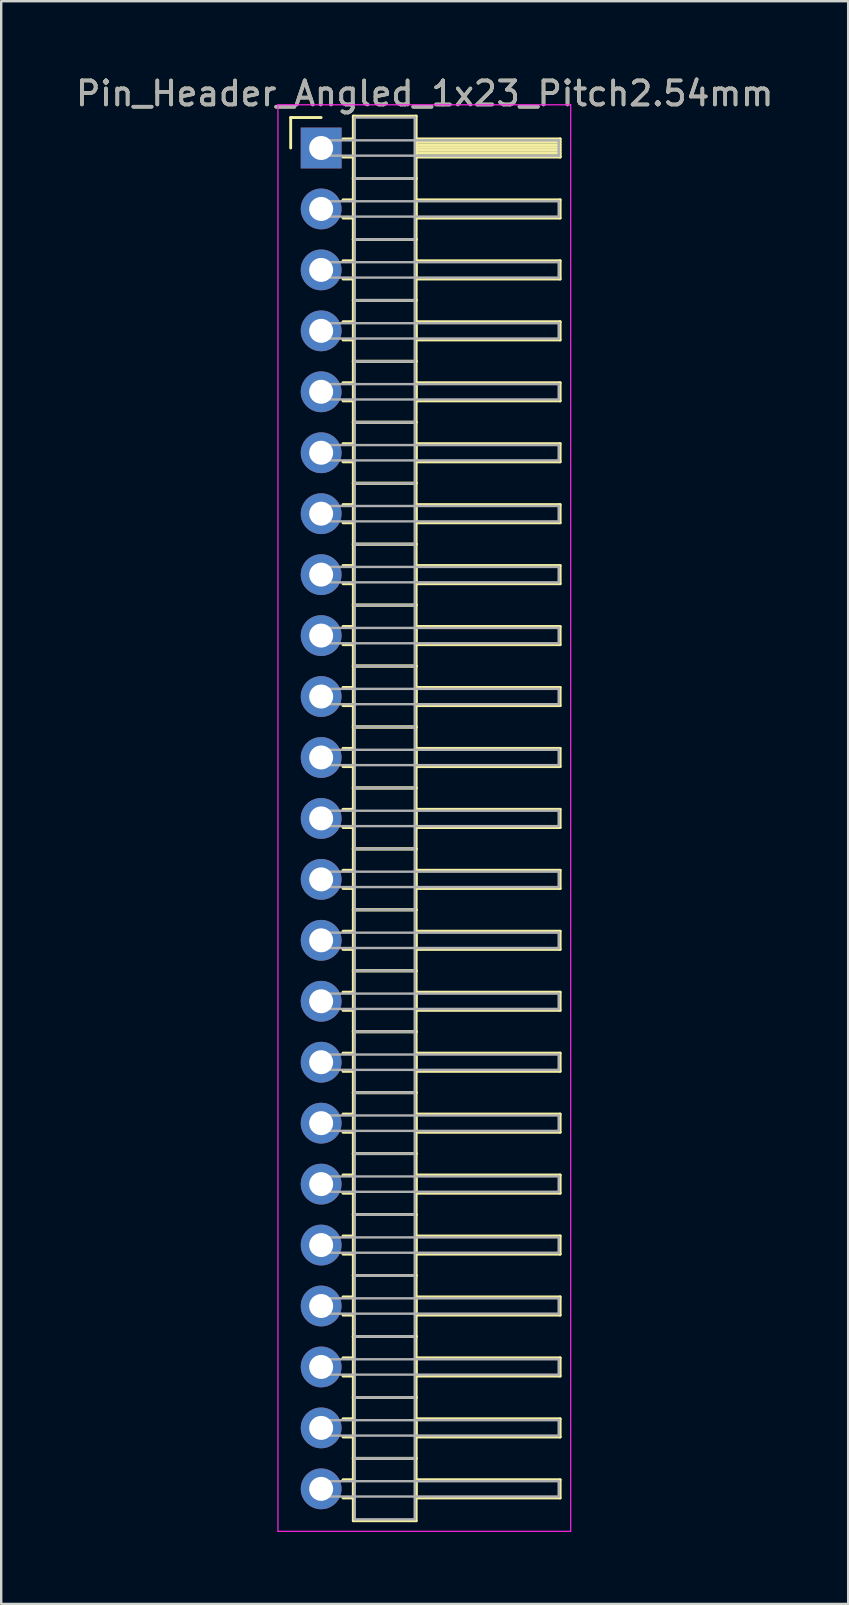
<source format=kicad_pcb>
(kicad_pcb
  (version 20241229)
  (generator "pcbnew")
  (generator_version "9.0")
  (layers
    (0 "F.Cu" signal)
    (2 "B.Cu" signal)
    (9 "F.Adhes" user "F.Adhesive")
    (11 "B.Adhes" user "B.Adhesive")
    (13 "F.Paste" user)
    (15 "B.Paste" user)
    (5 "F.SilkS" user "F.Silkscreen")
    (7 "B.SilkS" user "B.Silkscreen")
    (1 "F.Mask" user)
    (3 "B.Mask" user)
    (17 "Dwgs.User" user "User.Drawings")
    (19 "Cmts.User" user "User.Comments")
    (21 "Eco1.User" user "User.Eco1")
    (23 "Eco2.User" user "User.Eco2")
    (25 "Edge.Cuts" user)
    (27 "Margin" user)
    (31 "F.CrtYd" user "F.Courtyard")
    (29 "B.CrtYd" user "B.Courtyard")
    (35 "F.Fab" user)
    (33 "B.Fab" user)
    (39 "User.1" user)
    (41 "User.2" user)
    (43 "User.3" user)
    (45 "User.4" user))
  (footprint "Pin_Header_Angled_1x23_Pitch2.54mm"
    (layer "F.Cu")
    (at 10.334 3.118)
    (property "Reference" "Pin_Header_Angled_1x23_Pitch2.54mm" (at 4.315 -2.27 0) (layer "F.SilkS") (effects (font (size 1 1) (thickness 0.15))))
    (attr through_hole)
    (fp_line (start -1.27 -1.27) (end 0 -1.27) (stroke (width 0.12) (type solid)) (layer "F.SilkS"))
    (fp_line (start -1.27 0) (end -1.27 -1.27) (stroke (width 0.12) (type solid)) (layer "F.SilkS"))
    (fp_line (start 0.91 -0.38) (end 1.34 -0.38) (stroke (width 0.12) (type solid)) (layer "F.SilkS"))
    (fp_line (start 0.91 0.38) (end 1.34 0.38) (stroke (width 0.12) (type solid)) (layer "F.SilkS"))
    (fp_line (start 0.91 2.16) (end 1.34 2.16) (stroke (width 0.12) (type solid)) (layer "F.SilkS"))
    (fp_line (start 0.91 2.92) (end 1.34 2.92) (stroke (width 0.12) (type solid)) (layer "F.SilkS"))
    (fp_line (start 0.91 4.7) (end 1.34 4.7) (stroke (width 0.12) (type solid)) (layer "F.SilkS"))
    (fp_line (start 0.91 5.46) (end 1.34 5.46) (stroke (width 0.12) (type solid)) (layer "F.SilkS"))
    (fp_line (start 0.91 7.24) (end 1.34 7.24) (stroke (width 0.12) (type solid)) (layer "F.SilkS"))
    (fp_line (start 0.91 8) (end 1.34 8) (stroke (width 0.12) (type solid)) (layer "F.SilkS"))
    (fp_line (start 0.91 9.78) (end 1.34 9.78) (stroke (width 0.12) (type solid)) (layer "F.SilkS"))
    (fp_line (start 0.91 10.54) (end 1.34 10.54) (stroke (width 0.12) (type solid)) (layer "F.SilkS"))
    (fp_line (start 0.91 12.32) (end 1.34 12.32) (stroke (width 0.12) (type solid)) (layer "F.SilkS"))
    (fp_line (start 0.91 13.08) (end 1.34 13.08) (stroke (width 0.12) (type solid)) (layer "F.SilkS"))
    (fp_line (start 0.91 14.86) (end 1.34 14.86) (stroke (width 0.12) (type solid)) (layer "F.SilkS"))
    (fp_line (start 0.91 15.62) (end 1.34 15.62) (stroke (width 0.12) (type solid)) (layer "F.SilkS"))
    (fp_line (start 0.91 17.4) (end 1.34 17.4) (stroke (width 0.12) (type solid)) (layer "F.SilkS"))
    (fp_line (start 0.91 18.16) (end 1.34 18.16) (stroke (width 0.12) (type solid)) (layer "F.SilkS"))
    (fp_line (start 0.91 19.94) (end 1.34 19.94) (stroke (width 0.12) (type solid)) (layer "F.SilkS"))
    (fp_line (start 0.91 20.7) (end 1.34 20.7) (stroke (width 0.12) (type solid)) (layer "F.SilkS"))
    (fp_line (start 0.91 22.48) (end 1.34 22.48) (stroke (width 0.12) (type solid)) (layer "F.SilkS"))
    (fp_line (start 0.91 23.24) (end 1.34 23.24) (stroke (width 0.12) (type solid)) (layer "F.SilkS"))
    (fp_line (start 0.91 25.02) (end 1.34 25.02) (stroke (width 0.12) (type solid)) (layer "F.SilkS"))
    (fp_line (start 0.91 25.78) (end 1.34 25.78) (stroke (width 0.12) (type solid)) (layer "F.SilkS"))
    (fp_line (start 0.91 27.56) (end 1.34 27.56) (stroke (width 0.12) (type solid)) (layer "F.SilkS"))
    (fp_line (start 0.91 28.32) (end 1.34 28.32) (stroke (width 0.12) (type solid)) (layer "F.SilkS"))
    (fp_line (start 0.91 30.1) (end 1.34 30.1) (stroke (width 0.12) (type solid)) (layer "F.SilkS"))
    (fp_line (start 0.91 30.86) (end 1.34 30.86) (stroke (width 0.12) (type solid)) (layer "F.SilkS"))
    (fp_line (start 0.91 32.64) (end 1.34 32.64) (stroke (width 0.12) (type solid)) (layer "F.SilkS"))
    (fp_line (start 0.91 33.4) (end 1.34 33.4) (stroke (width 0.12) (type solid)) (layer "F.SilkS"))
    (fp_line (start 0.91 35.18) (end 1.34 35.18) (stroke (width 0.12) (type solid)) (layer "F.SilkS"))
    (fp_line (start 0.91 35.94) (end 1.34 35.94) (stroke (width 0.12) (type solid)) (layer "F.SilkS"))
    (fp_line (start 0.91 37.72) (end 1.34 37.72) (stroke (width 0.12) (type solid)) (layer "F.SilkS"))
    (fp_line (start 0.91 38.48) (end 1.34 38.48) (stroke (width 0.12) (type solid)) (layer "F.SilkS"))
    (fp_line (start 0.91 40.26) (end 1.34 40.26) (stroke (width 0.12) (type solid)) (layer "F.SilkS"))
    (fp_line (start 0.91 41.02) (end 1.34 41.02) (stroke (width 0.12) (type solid)) (layer "F.SilkS"))
    (fp_line (start 0.91 42.8) (end 1.34 42.8) (stroke (width 0.12) (type solid)) (layer "F.SilkS"))
    (fp_line (start 0.91 43.56) (end 1.34 43.56) (stroke (width 0.12) (type solid)) (layer "F.SilkS"))
    (fp_line (start 0.91 45.34) (end 1.34 45.34) (stroke (width 0.12) (type solid)) (layer "F.SilkS"))
    (fp_line (start 0.91 46.1) (end 1.34 46.1) (stroke (width 0.12) (type solid)) (layer "F.SilkS"))
    (fp_line (start 0.91 47.88) (end 1.34 47.88) (stroke (width 0.12) (type solid)) (layer "F.SilkS"))
    (fp_line (start 0.91 48.64) (end 1.34 48.64) (stroke (width 0.12) (type solid)) (layer "F.SilkS"))
    (fp_line (start 0.91 50.42) (end 1.34 50.42) (stroke (width 0.12) (type solid)) (layer "F.SilkS"))
    (fp_line (start 0.91 51.18) (end 1.34 51.18) (stroke (width 0.12) (type solid)) (layer "F.SilkS"))
    (fp_line (start 0.91 52.96) (end 1.34 52.96) (stroke (width 0.12) (type solid)) (layer "F.SilkS"))
    (fp_line (start 0.91 53.72) (end 1.34 53.72) (stroke (width 0.12) (type solid)) (layer "F.SilkS"))
    (fp_line (start 0.91 55.5) (end 1.34 55.5) (stroke (width 0.12) (type solid)) (layer "F.SilkS"))
    (fp_line (start 0.91 56.26) (end 1.34 56.26) (stroke (width 0.12) (type solid)) (layer "F.SilkS"))
    (fp_line (start 1.34 -1.33) (end 1.34 1.27) (stroke (width 0.12) (type solid)) (layer "F.SilkS"))
    (fp_line (start 1.34 1.27) (end 1.34 3.81) (stroke (width 0.12) (type solid)) (layer "F.SilkS"))
    (fp_line (start 1.34 1.27) (end 3.96 1.27) (stroke (width 0.12) (type solid)) (layer "F.SilkS"))
    (fp_line (start 1.34 3.81) (end 1.34 6.35) (stroke (width 0.12) (type solid)) (layer "F.SilkS"))
    (fp_line (start 1.34 3.81) (end 3.96 3.81) (stroke (width 0.12) (type solid)) (layer "F.SilkS"))
    (fp_line (start 1.34 6.35) (end 1.34 8.89) (stroke (width 0.12) (type solid)) (layer "F.SilkS"))
    (fp_line (start 1.34 6.35) (end 3.96 6.35) (stroke (width 0.12) (type solid)) (layer "F.SilkS"))
    (fp_line (start 1.34 8.89) (end 1.34 11.43) (stroke (width 0.12) (type solid)) (layer "F.SilkS"))
    (fp_line (start 1.34 8.89) (end 3.96 8.89) (stroke (width 0.12) (type solid)) (layer "F.SilkS"))
    (fp_line (start 1.34 11.43) (end 1.34 13.97) (stroke (width 0.12) (type solid)) (layer "F.SilkS"))
    (fp_line (start 1.34 11.43) (end 3.96 11.43) (stroke (width 0.12) (type solid)) (layer "F.SilkS"))
    (fp_line (start 1.34 13.97) (end 1.34 16.51) (stroke (width 0.12) (type solid)) (layer "F.SilkS"))
    (fp_line (start 1.34 13.97) (end 3.96 13.97) (stroke (width 0.12) (type solid)) (layer "F.SilkS"))
    (fp_line (start 1.34 16.51) (end 1.34 19.05) (stroke (width 0.12) (type solid)) (layer "F.SilkS"))
    (fp_line (start 1.34 16.51) (end 3.96 16.51) (stroke (width 0.12) (type solid)) (layer "F.SilkS"))
    (fp_line (start 1.34 19.05) (end 1.34 21.59) (stroke (width 0.12) (type solid)) (layer "F.SilkS"))
    (fp_line (start 1.34 19.05) (end 3.96 19.05) (stroke (width 0.12) (type solid)) (layer "F.SilkS"))
    (fp_line (start 1.34 21.59) (end 1.34 24.13) (stroke (width 0.12) (type solid)) (layer "F.SilkS"))
    (fp_line (start 1.34 21.59) (end 3.96 21.59) (stroke (width 0.12) (type solid)) (layer "F.SilkS"))
    (fp_line (start 1.34 24.13) (end 1.34 26.67) (stroke (width 0.12) (type solid)) (layer "F.SilkS"))
    (fp_line (start 1.34 24.13) (end 3.96 24.13) (stroke (width 0.12) (type solid)) (layer "F.SilkS"))
    (fp_line (start 1.34 26.67) (end 1.34 29.21) (stroke (width 0.12) (type solid)) (layer "F.SilkS"))
    (fp_line (start 1.34 26.67) (end 3.96 26.67) (stroke (width 0.12) (type solid)) (layer "F.SilkS"))
    (fp_line (start 1.34 29.21) (end 1.34 31.75) (stroke (width 0.12) (type solid)) (layer "F.SilkS"))
    (fp_line (start 1.34 29.21) (end 3.96 29.21) (stroke (width 0.12) (type solid)) (layer "F.SilkS"))
    (fp_line (start 1.34 31.75) (end 1.34 34.29) (stroke (width 0.12) (type solid)) (layer "F.SilkS"))
    (fp_line (start 1.34 31.75) (end 3.96 31.75) (stroke (width 0.12) (type solid)) (layer "F.SilkS"))
    (fp_line (start 1.34 34.29) (end 1.34 36.83) (stroke (width 0.12) (type solid)) (layer "F.SilkS"))
    (fp_line (start 1.34 34.29) (end 3.96 34.29) (stroke (width 0.12) (type solid)) (layer "F.SilkS"))
    (fp_line (start 1.34 36.83) (end 1.34 39.37) (stroke (width 0.12) (type solid)) (layer "F.SilkS"))
    (fp_line (start 1.34 36.83) (end 3.96 36.83) (stroke (width 0.12) (type solid)) (layer "F.SilkS"))
    (fp_line (start 1.34 39.37) (end 1.34 41.91) (stroke (width 0.12) (type solid)) (layer "F.SilkS"))
    (fp_line (start 1.34 39.37) (end 3.96 39.37) (stroke (width 0.12) (type solid)) (layer "F.SilkS"))
    (fp_line (start 1.34 41.91) (end 1.34 44.45) (stroke (width 0.12) (type solid)) (layer "F.SilkS"))
    (fp_line (start 1.34 41.91) (end 3.96 41.91) (stroke (width 0.12) (type solid)) (layer "F.SilkS"))
    (fp_line (start 1.34 44.45) (end 1.34 46.99) (stroke (width 0.12) (type solid)) (layer "F.SilkS"))
    (fp_line (start 1.34 44.45) (end 3.96 44.45) (stroke (width 0.12) (type solid)) (layer "F.SilkS"))
    (fp_line (start 1.34 46.99) (end 1.34 49.53) (stroke (width 0.12) (type solid)) (layer "F.SilkS"))
    (fp_line (start 1.34 46.99) (end 3.96 46.99) (stroke (width 0.12) (type solid)) (layer "F.SilkS"))
    (fp_line (start 1.34 49.53) (end 1.34 52.07) (stroke (width 0.12) (type solid)) (layer "F.SilkS"))
    (fp_line (start 1.34 49.53) (end 3.96 49.53) (stroke (width 0.12) (type solid)) (layer "F.SilkS"))
    (fp_line (start 1.34 52.07) (end 1.34 54.61) (stroke (width 0.12) (type solid)) (layer "F.SilkS"))
    (fp_line (start 1.34 52.07) (end 3.96 52.07) (stroke (width 0.12) (type solid)) (layer "F.SilkS"))
    (fp_line (start 1.34 54.61) (end 1.34 57.21) (stroke (width 0.12) (type solid)) (layer "F.SilkS"))
    (fp_line (start 1.34 54.61) (end 3.96 54.61) (stroke (width 0.12) (type solid)) (layer "F.SilkS"))
    (fp_line (start 1.34 57.21) (end 3.96 57.21) (stroke (width 0.12) (type solid)) (layer "F.SilkS"))
    (fp_line (start 3.96 -1.33) (end 1.34 -1.33) (stroke (width 0.12) (type solid)) (layer "F.SilkS"))
    (fp_line (start 3.96 -0.38) (end 3.96 0.38) (stroke (width 0.12) (type solid)) (layer "F.SilkS"))
    (fp_line (start 3.96 -0.26) (end 9.96 -0.26) (stroke (width 0.12) (type solid)) (layer "F.SilkS"))
    (fp_line (start 3.96 -0.14) (end 9.96 -0.14) (stroke (width 0.12) (type solid)) (layer "F.SilkS"))
    (fp_line (start 3.96 -0.02) (end 9.96 -0.02) (stroke (width 0.12) (type solid)) (layer "F.SilkS"))
    (fp_line (start 3.96 0.1) (end 9.96 0.1) (stroke (width 0.12) (type solid)) (layer "F.SilkS"))
    (fp_line (start 3.96 0.22) (end 9.96 0.22) (stroke (width 0.12) (type solid)) (layer "F.SilkS"))
    (fp_line (start 3.96 0.34) (end 9.96 0.34) (stroke (width 0.12) (type solid)) (layer "F.SilkS"))
    (fp_line (start 3.96 0.38) (end 9.96 0.38) (stroke (width 0.12) (type solid)) (layer "F.SilkS"))
    (fp_line (start 3.96 1.27) (end 1.34 1.27) (stroke (width 0.12) (type solid)) (layer "F.SilkS"))
    (fp_line (start 3.96 1.27) (end 3.96 -1.33) (stroke (width 0.12) (type solid)) (layer "F.SilkS"))
    (fp_line (start 3.96 2.16) (end 3.96 2.92) (stroke (width 0.12) (type solid)) (layer "F.SilkS"))
    (fp_line (start 3.96 2.92) (end 9.96 2.92) (stroke (width 0.12) (type solid)) (layer "F.SilkS"))
    (fp_line (start 3.96 3.81) (end 1.34 3.81) (stroke (width 0.12) (type solid)) (layer "F.SilkS"))
    (fp_line (start 3.96 3.81) (end 3.96 1.27) (stroke (width 0.12) (type solid)) (layer "F.SilkS"))
    (fp_line (start 3.96 4.7) (end 3.96 5.46) (stroke (width 0.12) (type solid)) (layer "F.SilkS"))
    (fp_line (start 3.96 5.46) (end 9.96 5.46) (stroke (width 0.12) (type solid)) (layer "F.SilkS"))
    (fp_line (start 3.96 6.35) (end 1.34 6.35) (stroke (width 0.12) (type solid)) (layer "F.SilkS"))
    (fp_line (start 3.96 6.35) (end 3.96 3.81) (stroke (width 0.12) (type solid)) (layer "F.SilkS"))
    (fp_line (start 3.96 7.24) (end 3.96 8) (stroke (width 0.12) (type solid)) (layer "F.SilkS"))
    (fp_line (start 3.96 8) (end 9.96 8) (stroke (width 0.12) (type solid)) (layer "F.SilkS"))
    (fp_line (start 3.96 8.89) (end 1.34 8.89) (stroke (width 0.12) (type solid)) (layer "F.SilkS"))
    (fp_line (start 3.96 8.89) (end 3.96 6.35) (stroke (width 0.12) (type solid)) (layer "F.SilkS"))
    (fp_line (start 3.96 9.78) (end 3.96 10.54) (stroke (width 0.12) (type solid)) (layer "F.SilkS"))
    (fp_line (start 3.96 10.54) (end 9.96 10.54) (stroke (width 0.12) (type solid)) (layer "F.SilkS"))
    (fp_line (start 3.96 11.43) (end 1.34 11.43) (stroke (width 0.12) (type solid)) (layer "F.SilkS"))
    (fp_line (start 3.96 11.43) (end 3.96 8.89) (stroke (width 0.12) (type solid)) (layer "F.SilkS"))
    (fp_line (start 3.96 12.32) (end 3.96 13.08) (stroke (width 0.12) (type solid)) (layer "F.SilkS"))
    (fp_line (start 3.96 13.08) (end 9.96 13.08) (stroke (width 0.12) (type solid)) (layer "F.SilkS"))
    (fp_line (start 3.96 13.97) (end 1.34 13.97) (stroke (width 0.12) (type solid)) (layer "F.SilkS"))
    (fp_line (start 3.96 13.97) (end 3.96 11.43) (stroke (width 0.12) (type solid)) (layer "F.SilkS"))
    (fp_line (start 3.96 14.86) (end 3.96 15.62) (stroke (width 0.12) (type solid)) (layer "F.SilkS"))
    (fp_line (start 3.96 15.62) (end 9.96 15.62) (stroke (width 0.12) (type solid)) (layer "F.SilkS"))
    (fp_line (start 3.96 16.51) (end 1.34 16.51) (stroke (width 0.12) (type solid)) (layer "F.SilkS"))
    (fp_line (start 3.96 16.51) (end 3.96 13.97) (stroke (width 0.12) (type solid)) (layer "F.SilkS"))
    (fp_line (start 3.96 17.4) (end 3.96 18.16) (stroke (width 0.12) (type solid)) (layer "F.SilkS"))
    (fp_line (start 3.96 18.16) (end 9.96 18.16) (stroke (width 0.12) (type solid)) (layer "F.SilkS"))
    (fp_line (start 3.96 19.05) (end 1.34 19.05) (stroke (width 0.12) (type solid)) (layer "F.SilkS"))
    (fp_line (start 3.96 19.05) (end 3.96 16.51) (stroke (width 0.12) (type solid)) (layer "F.SilkS"))
    (fp_line (start 3.96 19.94) (end 3.96 20.7) (stroke (width 0.12) (type solid)) (layer "F.SilkS"))
    (fp_line (start 3.96 20.7) (end 9.96 20.7) (stroke (width 0.12) (type solid)) (layer "F.SilkS"))
    (fp_line (start 3.96 21.59) (end 1.34 21.59) (stroke (width 0.12) (type solid)) (layer "F.SilkS"))
    (fp_line (start 3.96 21.59) (end 3.96 19.05) (stroke (width 0.12) (type solid)) (layer "F.SilkS"))
    (fp_line (start 3.96 22.48) (end 3.96 23.24) (stroke (width 0.12) (type solid)) (layer "F.SilkS"))
    (fp_line (start 3.96 23.24) (end 9.96 23.24) (stroke (width 0.12) (type solid)) (layer "F.SilkS"))
    (fp_line (start 3.96 24.13) (end 1.34 24.13) (stroke (width 0.12) (type solid)) (layer "F.SilkS"))
    (fp_line (start 3.96 24.13) (end 3.96 21.59) (stroke (width 0.12) (type solid)) (layer "F.SilkS"))
    (fp_line (start 3.96 25.02) (end 3.96 25.78) (stroke (width 0.12) (type solid)) (layer "F.SilkS"))
    (fp_line (start 3.96 25.78) (end 9.96 25.78) (stroke (width 0.12) (type solid)) (layer "F.SilkS"))
    (fp_line (start 3.96 26.67) (end 1.34 26.67) (stroke (width 0.12) (type solid)) (layer "F.SilkS"))
    (fp_line (start 3.96 26.67) (end 3.96 24.13) (stroke (width 0.12) (type solid)) (layer "F.SilkS"))
    (fp_line (start 3.96 27.56) (end 3.96 28.32) (stroke (width 0.12) (type solid)) (layer "F.SilkS"))
    (fp_line (start 3.96 28.32) (end 9.96 28.32) (stroke (width 0.12) (type solid)) (layer "F.SilkS"))
    (fp_line (start 3.96 29.21) (end 1.34 29.21) (stroke (width 0.12) (type solid)) (layer "F.SilkS"))
    (fp_line (start 3.96 29.21) (end 3.96 26.67) (stroke (width 0.12) (type solid)) (layer "F.SilkS"))
    (fp_line (start 3.96 30.1) (end 3.96 30.86) (stroke (width 0.12) (type solid)) (layer "F.SilkS"))
    (fp_line (start 3.96 30.86) (end 9.96 30.86) (stroke (width 0.12) (type solid)) (layer "F.SilkS"))
    (fp_line (start 3.96 31.75) (end 1.34 31.75) (stroke (width 0.12) (type solid)) (layer "F.SilkS"))
    (fp_line (start 3.96 31.75) (end 3.96 29.21) (stroke (width 0.12) (type solid)) (layer "F.SilkS"))
    (fp_line (start 3.96 32.64) (end 3.96 33.4) (stroke (width 0.12) (type solid)) (layer "F.SilkS"))
    (fp_line (start 3.96 33.4) (end 9.96 33.4) (stroke (width 0.12) (type solid)) (layer "F.SilkS"))
    (fp_line (start 3.96 34.29) (end 1.34 34.29) (stroke (width 0.12) (type solid)) (layer "F.SilkS"))
    (fp_line (start 3.96 34.29) (end 3.96 31.75) (stroke (width 0.12) (type solid)) (layer "F.SilkS"))
    (fp_line (start 3.96 35.18) (end 3.96 35.94) (stroke (width 0.12) (type solid)) (layer "F.SilkS"))
    (fp_line (start 3.96 35.94) (end 9.96 35.94) (stroke (width 0.12) (type solid)) (layer "F.SilkS"))
    (fp_line (start 3.96 36.83) (end 1.34 36.83) (stroke (width 0.12) (type solid)) (layer "F.SilkS"))
    (fp_line (start 3.96 36.83) (end 3.96 34.29) (stroke (width 0.12) (type solid)) (layer "F.SilkS"))
    (fp_line (start 3.96 37.72) (end 3.96 38.48) (stroke (width 0.12) (type solid)) (layer "F.SilkS"))
    (fp_line (start 3.96 38.48) (end 9.96 38.48) (stroke (width 0.12) (type solid)) (layer "F.SilkS"))
    (fp_line (start 3.96 39.37) (end 1.34 39.37) (stroke (width 0.12) (type solid)) (layer "F.SilkS"))
    (fp_line (start 3.96 39.37) (end 3.96 36.83) (stroke (width 0.12) (type solid)) (layer "F.SilkS"))
    (fp_line (start 3.96 40.26) (end 3.96 41.02) (stroke (width 0.12) (type solid)) (layer "F.SilkS"))
    (fp_line (start 3.96 41.02) (end 9.96 41.02) (stroke (width 0.12) (type solid)) (layer "F.SilkS"))
    (fp_line (start 3.96 41.91) (end 1.34 41.91) (stroke (width 0.12) (type solid)) (layer "F.SilkS"))
    (fp_line (start 3.96 41.91) (end 3.96 39.37) (stroke (width 0.12) (type solid)) (layer "F.SilkS"))
    (fp_line (start 3.96 42.8) (end 3.96 43.56) (stroke (width 0.12) (type solid)) (layer "F.SilkS"))
    (fp_line (start 3.96 43.56) (end 9.96 43.56) (stroke (width 0.12) (type solid)) (layer "F.SilkS"))
    (fp_line (start 3.96 44.45) (end 1.34 44.45) (stroke (width 0.12) (type solid)) (layer "F.SilkS"))
    (fp_line (start 3.96 44.45) (end 3.96 41.91) (stroke (width 0.12) (type solid)) (layer "F.SilkS"))
    (fp_line (start 3.96 45.34) (end 3.96 46.1) (stroke (width 0.12) (type solid)) (layer "F.SilkS"))
    (fp_line (start 3.96 46.1) (end 9.96 46.1) (stroke (width 0.12) (type solid)) (layer "F.SilkS"))
    (fp_line (start 3.96 46.99) (end 1.34 46.99) (stroke (width 0.12) (type solid)) (layer "F.SilkS"))
    (fp_line (start 3.96 46.99) (end 3.96 44.45) (stroke (width 0.12) (type solid)) (layer "F.SilkS"))
    (fp_line (start 3.96 47.88) (end 3.96 48.64) (stroke (width 0.12) (type solid)) (layer "F.SilkS"))
    (fp_line (start 3.96 48.64) (end 9.96 48.64) (stroke (width 0.12) (type solid)) (layer "F.SilkS"))
    (fp_line (start 3.96 49.53) (end 1.34 49.53) (stroke (width 0.12) (type solid)) (layer "F.SilkS"))
    (fp_line (start 3.96 49.53) (end 3.96 46.99) (stroke (width 0.12) (type solid)) (layer "F.SilkS"))
    (fp_line (start 3.96 50.42) (end 3.96 51.18) (stroke (width 0.12) (type solid)) (layer "F.SilkS"))
    (fp_line (start 3.96 51.18) (end 9.96 51.18) (stroke (width 0.12) (type solid)) (layer "F.SilkS"))
    (fp_line (start 3.96 52.07) (end 1.34 52.07) (stroke (width 0.12) (type solid)) (layer "F.SilkS"))
    (fp_line (start 3.96 52.07) (end 3.96 49.53) (stroke (width 0.12) (type solid)) (layer "F.SilkS"))
    (fp_line (start 3.96 52.96) (end 3.96 53.72) (stroke (width 0.12) (type solid)) (layer "F.SilkS"))
    (fp_line (start 3.96 53.72) (end 9.96 53.72) (stroke (width 0.12) (type solid)) (layer "F.SilkS"))
    (fp_line (start 3.96 54.61) (end 1.34 54.61) (stroke (width 0.12) (type solid)) (layer "F.SilkS"))
    (fp_line (start 3.96 54.61) (end 3.96 52.07) (stroke (width 0.12) (type solid)) (layer "F.SilkS"))
    (fp_line (start 3.96 55.5) (end 3.96 56.26) (stroke (width 0.12) (type solid)) (layer "F.SilkS"))
    (fp_line (start 3.96 56.26) (end 9.96 56.26) (stroke (width 0.12) (type solid)) (layer "F.SilkS"))
    (fp_line (start 3.96 57.21) (end 3.96 54.61) (stroke (width 0.12) (type solid)) (layer "F.SilkS"))
    (fp_line (start 9.96 -0.38) (end 3.96 -0.38) (stroke (width 0.12) (type solid)) (layer "F.SilkS"))
    (fp_line (start 9.96 0.38) (end 9.96 -0.38) (stroke (width 0.12) (type solid)) (layer "F.SilkS"))
    (fp_line (start 9.96 2.16) (end 3.96 2.16) (stroke (width 0.12) (type solid)) (layer "F.SilkS"))
    (fp_line (start 9.96 2.92) (end 9.96 2.16) (stroke (width 0.12) (type solid)) (layer "F.SilkS"))
    (fp_line (start 9.96 4.7) (end 3.96 4.7) (stroke (width 0.12) (type solid)) (layer "F.SilkS"))
    (fp_line (start 9.96 5.46) (end 9.96 4.7) (stroke (width 0.12) (type solid)) (layer "F.SilkS"))
    (fp_line (start 9.96 7.24) (end 3.96 7.24) (stroke (width 0.12) (type solid)) (layer "F.SilkS"))
    (fp_line (start 9.96 8) (end 9.96 7.24) (stroke (width 0.12) (type solid)) (layer "F.SilkS"))
    (fp_line (start 9.96 9.78) (end 3.96 9.78) (stroke (width 0.12) (type solid)) (layer "F.SilkS"))
    (fp_line (start 9.96 10.54) (end 9.96 9.78) (stroke (width 0.12) (type solid)) (layer "F.SilkS"))
    (fp_line (start 9.96 12.32) (end 3.96 12.32) (stroke (width 0.12) (type solid)) (layer "F.SilkS"))
    (fp_line (start 9.96 13.08) (end 9.96 12.32) (stroke (width 0.12) (type solid)) (layer "F.SilkS"))
    (fp_line (start 9.96 14.86) (end 3.96 14.86) (stroke (width 0.12) (type solid)) (layer "F.SilkS"))
    (fp_line (start 9.96 15.62) (end 9.96 14.86) (stroke (width 0.12) (type solid)) (layer "F.SilkS"))
    (fp_line (start 9.96 17.4) (end 3.96 17.4) (stroke (width 0.12) (type solid)) (layer "F.SilkS"))
    (fp_line (start 9.96 18.16) (end 9.96 17.4) (stroke (width 0.12) (type solid)) (layer "F.SilkS"))
    (fp_line (start 9.96 19.94) (end 3.96 19.94) (stroke (width 0.12) (type solid)) (layer "F.SilkS"))
    (fp_line (start 9.96 20.7) (end 9.96 19.94) (stroke (width 0.12) (type solid)) (layer "F.SilkS"))
    (fp_line (start 9.96 22.48) (end 3.96 22.48) (stroke (width 0.12) (type solid)) (layer "F.SilkS"))
    (fp_line (start 9.96 23.24) (end 9.96 22.48) (stroke (width 0.12) (type solid)) (layer "F.SilkS"))
    (fp_line (start 9.96 25.02) (end 3.96 25.02) (stroke (width 0.12) (type solid)) (layer "F.SilkS"))
    (fp_line (start 9.96 25.78) (end 9.96 25.02) (stroke (width 0.12) (type solid)) (layer "F.SilkS"))
    (fp_line (start 9.96 27.56) (end 3.96 27.56) (stroke (width 0.12) (type solid)) (layer "F.SilkS"))
    (fp_line (start 9.96 28.32) (end 9.96 27.56) (stroke (width 0.12) (type solid)) (layer "F.SilkS"))
    (fp_line (start 9.96 30.1) (end 3.96 30.1) (stroke (width 0.12) (type solid)) (layer "F.SilkS"))
    (fp_line (start 9.96 30.86) (end 9.96 30.1) (stroke (width 0.12) (type solid)) (layer "F.SilkS"))
    (fp_line (start 9.96 32.64) (end 3.96 32.64) (stroke (width 0.12) (type solid)) (layer "F.SilkS"))
    (fp_line (start 9.96 33.4) (end 9.96 32.64) (stroke (width 0.12) (type solid)) (layer "F.SilkS"))
    (fp_line (start 9.96 35.18) (end 3.96 35.18) (stroke (width 0.12) (type solid)) (layer "F.SilkS"))
    (fp_line (start 9.96 35.94) (end 9.96 35.18) (stroke (width 0.12) (type solid)) (layer "F.SilkS"))
    (fp_line (start 9.96 37.72) (end 3.96 37.72) (stroke (width 0.12) (type solid)) (layer "F.SilkS"))
    (fp_line (start 9.96 38.48) (end 9.96 37.72) (stroke (width 0.12) (type solid)) (layer "F.SilkS"))
    (fp_line (start 9.96 40.26) (end 3.96 40.26) (stroke (width 0.12) (type solid)) (layer "F.SilkS"))
    (fp_line (start 9.96 41.02) (end 9.96 40.26) (stroke (width 0.12) (type solid)) (layer "F.SilkS"))
    (fp_line (start 9.96 42.8) (end 3.96 42.8) (stroke (width 0.12) (type solid)) (layer "F.SilkS"))
    (fp_line (start 9.96 43.56) (end 9.96 42.8) (stroke (width 0.12) (type solid)) (layer "F.SilkS"))
    (fp_line (start 9.96 45.34) (end 3.96 45.34) (stroke (width 0.12) (type solid)) (layer "F.SilkS"))
    (fp_line (start 9.96 46.1) (end 9.96 45.34) (stroke (width 0.12) (type solid)) (layer "F.SilkS"))
    (fp_line (start 9.96 47.88) (end 3.96 47.88) (stroke (width 0.12) (type solid)) (layer "F.SilkS"))
    (fp_line (start 9.96 48.64) (end 9.96 47.88) (stroke (width 0.12) (type solid)) (layer "F.SilkS"))
    (fp_line (start 9.96 50.42) (end 3.96 50.42) (stroke (width 0.12) (type solid)) (layer "F.SilkS"))
    (fp_line (start 9.96 51.18) (end 9.96 50.42) (stroke (width 0.12) (type solid)) (layer "F.SilkS"))
    (fp_line (start 9.96 52.96) (end 3.96 52.96) (stroke (width 0.12) (type solid)) (layer "F.SilkS"))
    (fp_line (start 9.96 53.72) (end 9.96 52.96) (stroke (width 0.12) (type solid)) (layer "F.SilkS"))
    (fp_line (start 9.96 55.5) (end 3.96 55.5) (stroke (width 0.12) (type solid)) (layer "F.SilkS"))
    (fp_line (start 9.96 56.26) (end 9.96 55.5) (stroke (width 0.12) (type solid)) (layer "F.SilkS"))
    (fp_line (start -1.8 -1.8) (end -1.8 57.65) (stroke (width 0.05) (type solid)) (layer "F.CrtYd"))
    (fp_line (start -1.8 57.65) (end 10.4 57.65) (stroke (width 0.05) (type solid)) (layer "F.CrtYd"))
    (fp_line (start 10.4 -1.8) (end -1.8 -1.8) (stroke (width 0.05) (type solid)) (layer "F.CrtYd"))
    (fp_line (start 10.4 57.65) (end 10.4 -1.8) (stroke (width 0.05) (type solid)) (layer "F.CrtYd"))
    (fp_line (start 0 -0.32) (end 0 0.32) (stroke (width 0.1) (type solid)) (layer "F.Fab"))
    (fp_line (start 0 0.32) (end 9.9 0.32) (stroke (width 0.1) (type solid)) (layer "F.Fab"))
    (fp_line (start 0 2.22) (end 0 2.86) (stroke (width 0.1) (type solid)) (layer "F.Fab"))
    (fp_line (start 0 2.86) (end 9.9 2.86) (stroke (width 0.1) (type solid)) (layer "F.Fab"))
    (fp_line (start 0 4.76) (end 0 5.4) (stroke (width 0.1) (type solid)) (layer "F.Fab"))
    (fp_line (start 0 5.4) (end 9.9 5.4) (stroke (width 0.1) (type solid)) (layer "F.Fab"))
    (fp_line (start 0 7.3) (end 0 7.94) (stroke (width 0.1) (type solid)) (layer "F.Fab"))
    (fp_line (start 0 7.94) (end 9.9 7.94) (stroke (width 0.1) (type solid)) (layer "F.Fab"))
    (fp_line (start 0 9.84) (end 0 10.48) (stroke (width 0.1) (type solid)) (layer "F.Fab"))
    (fp_line (start 0 10.48) (end 9.9 10.48) (stroke (width 0.1) (type solid)) (layer "F.Fab"))
    (fp_line (start 0 12.38) (end 0 13.02) (stroke (width 0.1) (type solid)) (layer "F.Fab"))
    (fp_line (start 0 13.02) (end 9.9 13.02) (stroke (width 0.1) (type solid)) (layer "F.Fab"))
    (fp_line (start 0 14.92) (end 0 15.56) (stroke (width 0.1) (type solid)) (layer "F.Fab"))
    (fp_line (start 0 15.56) (end 9.9 15.56) (stroke (width 0.1) (type solid)) (layer "F.Fab"))
    (fp_line (start 0 17.46) (end 0 18.1) (stroke (width 0.1) (type solid)) (layer "F.Fab"))
    (fp_line (start 0 18.1) (end 9.9 18.1) (stroke (width 0.1) (type solid)) (layer "F.Fab"))
    (fp_line (start 0 20) (end 0 20.64) (stroke (width 0.1) (type solid)) (layer "F.Fab"))
    (fp_line (start 0 20.64) (end 9.9 20.64) (stroke (width 0.1) (type solid)) (layer "F.Fab"))
    (fp_line (start 0 22.54) (end 0 23.18) (stroke (width 0.1) (type solid)) (layer "F.Fab"))
    (fp_line (start 0 23.18) (end 9.9 23.18) (stroke (width 0.1) (type solid)) (layer "F.Fab"))
    (fp_line (start 0 25.08) (end 0 25.72) (stroke (width 0.1) (type solid)) (layer "F.Fab"))
    (fp_line (start 0 25.72) (end 9.9 25.72) (stroke (width 0.1) (type solid)) (layer "F.Fab"))
    (fp_line (start 0 27.62) (end 0 28.26) (stroke (width 0.1) (type solid)) (layer "F.Fab"))
    (fp_line (start 0 28.26) (end 9.9 28.26) (stroke (width 0.1) (type solid)) (layer "F.Fab"))
    (fp_line (start 0 30.16) (end 0 30.8) (stroke (width 0.1) (type solid)) (layer "F.Fab"))
    (fp_line (start 0 30.8) (end 9.9 30.8) (stroke (width 0.1) (type solid)) (layer "F.Fab"))
    (fp_line (start 0 32.7) (end 0 33.34) (stroke (width 0.1) (type solid)) (layer "F.Fab"))
    (fp_line (start 0 33.34) (end 9.9 33.34) (stroke (width 0.1) (type solid)) (layer "F.Fab"))
    (fp_line (start 0 35.24) (end 0 35.88) (stroke (width 0.1) (type solid)) (layer "F.Fab"))
    (fp_line (start 0 35.88) (end 9.9 35.88) (stroke (width 0.1) (type solid)) (layer "F.Fab"))
    (fp_line (start 0 37.78) (end 0 38.42) (stroke (width 0.1) (type solid)) (layer "F.Fab"))
    (fp_line (start 0 38.42) (end 9.9 38.42) (stroke (width 0.1) (type solid)) (layer "F.Fab"))
    (fp_line (start 0 40.32) (end 0 40.96) (stroke (width 0.1) (type solid)) (layer "F.Fab"))
    (fp_line (start 0 40.96) (end 9.9 40.96) (stroke (width 0.1) (type solid)) (layer "F.Fab"))
    (fp_line (start 0 42.86) (end 0 43.5) (stroke (width 0.1) (type solid)) (layer "F.Fab"))
    (fp_line (start 0 43.5) (end 9.9 43.5) (stroke (width 0.1) (type solid)) (layer "F.Fab"))
    (fp_line (start 0 45.4) (end 0 46.04) (stroke (width 0.1) (type solid)) (layer "F.Fab"))
    (fp_line (start 0 46.04) (end 9.9 46.04) (stroke (width 0.1) (type solid)) (layer "F.Fab"))
    (fp_line (start 0 47.94) (end 0 48.58) (stroke (width 0.1) (type solid)) (layer "F.Fab"))
    (fp_line (start 0 48.58) (end 9.9 48.58) (stroke (width 0.1) (type solid)) (layer "F.Fab"))
    (fp_line (start 0 50.48) (end 0 51.12) (stroke (width 0.1) (type solid)) (layer "F.Fab"))
    (fp_line (start 0 51.12) (end 9.9 51.12) (stroke (width 0.1) (type solid)) (layer "F.Fab"))
    (fp_line (start 0 53.02) (end 0 53.66) (stroke (width 0.1) (type solid)) (layer "F.Fab"))
    (fp_line (start 0 53.66) (end 9.9 53.66) (stroke (width 0.1) (type solid)) (layer "F.Fab"))
    (fp_line (start 0 55.56) (end 0 56.2) (stroke (width 0.1) (type solid)) (layer "F.Fab"))
    (fp_line (start 0 56.2) (end 9.9 56.2) (stroke (width 0.1) (type solid)) (layer "F.Fab"))
    (fp_line (start 1.4 -1.27) (end 1.4 1.27) (stroke (width 0.1) (type solid)) (layer "F.Fab"))
    (fp_line (start 1.4 1.27) (end 1.4 3.81) (stroke (width 0.1) (type solid)) (layer "F.Fab"))
    (fp_line (start 1.4 1.27) (end 3.9 1.27) (stroke (width 0.1) (type solid)) (layer "F.Fab"))
    (fp_line (start 1.4 3.81) (end 1.4 6.35) (stroke (width 0.1) (type solid)) (layer "F.Fab"))
    (fp_line (start 1.4 3.81) (end 3.9 3.81) (stroke (width 0.1) (type solid)) (layer "F.Fab"))
    (fp_line (start 1.4 6.35) (end 1.4 8.89) (stroke (width 0.1) (type solid)) (layer "F.Fab"))
    (fp_line (start 1.4 6.35) (end 3.9 6.35) (stroke (width 0.1) (type solid)) (layer "F.Fab"))
    (fp_line (start 1.4 8.89) (end 1.4 11.43) (stroke (width 0.1) (type solid)) (layer "F.Fab"))
    (fp_line (start 1.4 8.89) (end 3.9 8.89) (stroke (width 0.1) (type solid)) (layer "F.Fab"))
    (fp_line (start 1.4 11.43) (end 1.4 13.97) (stroke (width 0.1) (type solid)) (layer "F.Fab"))
    (fp_line (start 1.4 11.43) (end 3.9 11.43) (stroke (width 0.1) (type solid)) (layer "F.Fab"))
    (fp_line (start 1.4 13.97) (end 1.4 16.51) (stroke (width 0.1) (type solid)) (layer "F.Fab"))
    (fp_line (start 1.4 13.97) (end 3.9 13.97) (stroke (width 0.1) (type solid)) (layer "F.Fab"))
    (fp_line (start 1.4 16.51) (end 1.4 19.05) (stroke (width 0.1) (type solid)) (layer "F.Fab"))
    (fp_line (start 1.4 16.51) (end 3.9 16.51) (stroke (width 0.1) (type solid)) (layer "F.Fab"))
    (fp_line (start 1.4 19.05) (end 1.4 21.59) (stroke (width 0.1) (type solid)) (layer "F.Fab"))
    (fp_line (start 1.4 19.05) (end 3.9 19.05) (stroke (width 0.1) (type solid)) (layer "F.Fab"))
    (fp_line (start 1.4 21.59) (end 1.4 24.13) (stroke (width 0.1) (type solid)) (layer "F.Fab"))
    (fp_line (start 1.4 21.59) (end 3.9 21.59) (stroke (width 0.1) (type solid)) (layer "F.Fab"))
    (fp_line (start 1.4 24.13) (end 1.4 26.67) (stroke (width 0.1) (type solid)) (layer "F.Fab"))
    (fp_line (start 1.4 24.13) (end 3.9 24.13) (stroke (width 0.1) (type solid)) (layer "F.Fab"))
    (fp_line (start 1.4 26.67) (end 1.4 29.21) (stroke (width 0.1) (type solid)) (layer "F.Fab"))
    (fp_line (start 1.4 26.67) (end 3.9 26.67) (stroke (width 0.1) (type solid)) (layer "F.Fab"))
    (fp_line (start 1.4 29.21) (end 1.4 31.75) (stroke (width 0.1) (type solid)) (layer "F.Fab"))
    (fp_line (start 1.4 29.21) (end 3.9 29.21) (stroke (width 0.1) (type solid)) (layer "F.Fab"))
    (fp_line (start 1.4 31.75) (end 1.4 34.29) (stroke (width 0.1) (type solid)) (layer "F.Fab"))
    (fp_line (start 1.4 31.75) (end 3.9 31.75) (stroke (width 0.1) (type solid)) (layer "F.Fab"))
    (fp_line (start 1.4 34.29) (end 1.4 36.83) (stroke (width 0.1) (type solid)) (layer "F.Fab"))
    (fp_line (start 1.4 34.29) (end 3.9 34.29) (stroke (width 0.1) (type solid)) (layer "F.Fab"))
    (fp_line (start 1.4 36.83) (end 1.4 39.37) (stroke (width 0.1) (type solid)) (layer "F.Fab"))
    (fp_line (start 1.4 36.83) (end 3.9 36.83) (stroke (width 0.1) (type solid)) (layer "F.Fab"))
    (fp_line (start 1.4 39.37) (end 1.4 41.91) (stroke (width 0.1) (type solid)) (layer "F.Fab"))
    (fp_line (start 1.4 39.37) (end 3.9 39.37) (stroke (width 0.1) (type solid)) (layer "F.Fab"))
    (fp_line (start 1.4 41.91) (end 1.4 44.45) (stroke (width 0.1) (type solid)) (layer "F.Fab"))
    (fp_line (start 1.4 41.91) (end 3.9 41.91) (stroke (width 0.1) (type solid)) (layer "F.Fab"))
    (fp_line (start 1.4 44.45) (end 1.4 46.99) (stroke (width 0.1) (type solid)) (layer "F.Fab"))
    (fp_line (start 1.4 44.45) (end 3.9 44.45) (stroke (width 0.1) (type solid)) (layer "F.Fab"))
    (fp_line (start 1.4 46.99) (end 1.4 49.53) (stroke (width 0.1) (type solid)) (layer "F.Fab"))
    (fp_line (start 1.4 46.99) (end 3.9 46.99) (stroke (width 0.1) (type solid)) (layer "F.Fab"))
    (fp_line (start 1.4 49.53) (end 1.4 52.07) (stroke (width 0.1) (type solid)) (layer "F.Fab"))
    (fp_line (start 1.4 49.53) (end 3.9 49.53) (stroke (width 0.1) (type solid)) (layer "F.Fab"))
    (fp_line (start 1.4 52.07) (end 1.4 54.61) (stroke (width 0.1) (type solid)) (layer "F.Fab"))
    (fp_line (start 1.4 52.07) (end 3.9 52.07) (stroke (width 0.1) (type solid)) (layer "F.Fab"))
    (fp_line (start 1.4 54.61) (end 1.4 57.15) (stroke (width 0.1) (type solid)) (layer "F.Fab"))
    (fp_line (start 1.4 54.61) (end 3.9 54.61) (stroke (width 0.1) (type solid)) (layer "F.Fab"))
    (fp_line (start 1.4 57.15) (end 3.9 57.15) (stroke (width 0.1) (type solid)) (layer "F.Fab"))
    (fp_line (start 3.9 -1.27) (end 1.4 -1.27) (stroke (width 0.1) (type solid)) (layer "F.Fab"))
    (fp_line (start 3.9 1.27) (end 1.4 1.27) (stroke (width 0.1) (type solid)) (layer "F.Fab"))
    (fp_line (start 3.9 1.27) (end 3.9 -1.27) (stroke (width 0.1) (type solid)) (layer "F.Fab"))
    (fp_line (start 3.9 3.81) (end 1.4 3.81) (stroke (width 0.1) (type solid)) (layer "F.Fab"))
    (fp_line (start 3.9 3.81) (end 3.9 1.27) (stroke (width 0.1) (type solid)) (layer "F.Fab"))
    (fp_line (start 3.9 6.35) (end 1.4 6.35) (stroke (width 0.1) (type solid)) (layer "F.Fab"))
    (fp_line (start 3.9 6.35) (end 3.9 3.81) (stroke (width 0.1) (type solid)) (layer "F.Fab"))
    (fp_line (start 3.9 8.89) (end 1.4 8.89) (stroke (width 0.1) (type solid)) (layer "F.Fab"))
    (fp_line (start 3.9 8.89) (end 3.9 6.35) (stroke (width 0.1) (type solid)) (layer "F.Fab"))
    (fp_line (start 3.9 11.43) (end 1.4 11.43) (stroke (width 0.1) (type solid)) (layer "F.Fab"))
    (fp_line (start 3.9 11.43) (end 3.9 8.89) (stroke (width 0.1) (type solid)) (layer "F.Fab"))
    (fp_line (start 3.9 13.97) (end 1.4 13.97) (stroke (width 0.1) (type solid)) (layer "F.Fab"))
    (fp_line (start 3.9 13.97) (end 3.9 11.43) (stroke (width 0.1) (type solid)) (layer "F.Fab"))
    (fp_line (start 3.9 16.51) (end 1.4 16.51) (stroke (width 0.1) (type solid)) (layer "F.Fab"))
    (fp_line (start 3.9 16.51) (end 3.9 13.97) (stroke (width 0.1) (type solid)) (layer "F.Fab"))
    (fp_line (start 3.9 19.05) (end 1.4 19.05) (stroke (width 0.1) (type solid)) (layer "F.Fab"))
    (fp_line (start 3.9 19.05) (end 3.9 16.51) (stroke (width 0.1) (type solid)) (layer "F.Fab"))
    (fp_line (start 3.9 21.59) (end 1.4 21.59) (stroke (width 0.1) (type solid)) (layer "F.Fab"))
    (fp_line (start 3.9 21.59) (end 3.9 19.05) (stroke (width 0.1) (type solid)) (layer "F.Fab"))
    (fp_line (start 3.9 24.13) (end 1.4 24.13) (stroke (width 0.1) (type solid)) (layer "F.Fab"))
    (fp_line (start 3.9 24.13) (end 3.9 21.59) (stroke (width 0.1) (type solid)) (layer "F.Fab"))
    (fp_line (start 3.9 26.67) (end 1.4 26.67) (stroke (width 0.1) (type solid)) (layer "F.Fab"))
    (fp_line (start 3.9 26.67) (end 3.9 24.13) (stroke (width 0.1) (type solid)) (layer "F.Fab"))
    (fp_line (start 3.9 29.21) (end 1.4 29.21) (stroke (width 0.1) (type solid)) (layer "F.Fab"))
    (fp_line (start 3.9 29.21) (end 3.9 26.67) (stroke (width 0.1) (type solid)) (layer "F.Fab"))
    (fp_line (start 3.9 31.75) (end 1.4 31.75) (stroke (width 0.1) (type solid)) (layer "F.Fab"))
    (fp_line (start 3.9 31.75) (end 3.9 29.21) (stroke (width 0.1) (type solid)) (layer "F.Fab"))
    (fp_line (start 3.9 34.29) (end 1.4 34.29) (stroke (width 0.1) (type solid)) (layer "F.Fab"))
    (fp_line (start 3.9 34.29) (end 3.9 31.75) (stroke (width 0.1) (type solid)) (layer "F.Fab"))
    (fp_line (start 3.9 36.83) (end 1.4 36.83) (stroke (width 0.1) (type solid)) (layer "F.Fab"))
    (fp_line (start 3.9 36.83) (end 3.9 34.29) (stroke (width 0.1) (type solid)) (layer "F.Fab"))
    (fp_line (start 3.9 39.37) (end 1.4 39.37) (stroke (width 0.1) (type solid)) (layer "F.Fab"))
    (fp_line (start 3.9 39.37) (end 3.9 36.83) (stroke (width 0.1) (type solid)) (layer "F.Fab"))
    (fp_line (start 3.9 41.91) (end 1.4 41.91) (stroke (width 0.1) (type solid)) (layer "F.Fab"))
    (fp_line (start 3.9 41.91) (end 3.9 39.37) (stroke (width 0.1) (type solid)) (layer "F.Fab"))
    (fp_line (start 3.9 44.45) (end 1.4 44.45) (stroke (width 0.1) (type solid)) (layer "F.Fab"))
    (fp_line (start 3.9 44.45) (end 3.9 41.91) (stroke (width 0.1) (type solid)) (layer "F.Fab"))
    (fp_line (start 3.9 46.99) (end 1.4 46.99) (stroke (width 0.1) (type solid)) (layer "F.Fab"))
    (fp_line (start 3.9 46.99) (end 3.9 44.45) (stroke (width 0.1) (type solid)) (layer "F.Fab"))
    (fp_line (start 3.9 49.53) (end 1.4 49.53) (stroke (width 0.1) (type solid)) (layer "F.Fab"))
    (fp_line (start 3.9 49.53) (end 3.9 46.99) (stroke (width 0.1) (type solid)) (layer "F.Fab"))
    (fp_line (start 3.9 52.07) (end 1.4 52.07) (stroke (width 0.1) (type solid)) (layer "F.Fab"))
    (fp_line (start 3.9 52.07) (end 3.9 49.53) (stroke (width 0.1) (type solid)) (layer "F.Fab"))
    (fp_line (start 3.9 54.61) (end 1.4 54.61) (stroke (width 0.1) (type solid)) (layer "F.Fab"))
    (fp_line (start 3.9 54.61) (end 3.9 52.07) (stroke (width 0.1) (type solid)) (layer "F.Fab"))
    (fp_line (start 3.9 57.15) (end 3.9 54.61) (stroke (width 0.1) (type solid)) (layer "F.Fab"))
    (fp_line (start 9.9 -0.32) (end 0 -0.32) (stroke (width 0.1) (type solid)) (layer "F.Fab"))
    (fp_line (start 9.9 0.32) (end 9.9 -0.32) (stroke (width 0.1) (type solid)) (layer "F.Fab"))
    (fp_line (start 9.9 2.22) (end 0 2.22) (stroke (width 0.1) (type solid)) (layer "F.Fab"))
    (fp_line (start 9.9 2.86) (end 9.9 2.22) (stroke (width 0.1) (type solid)) (layer "F.Fab"))
    (fp_line (start 9.9 4.76) (end 0 4.76) (stroke (width 0.1) (type solid)) (layer "F.Fab"))
    (fp_line (start 9.9 5.4) (end 9.9 4.76) (stroke (width 0.1) (type solid)) (layer "F.Fab"))
    (fp_line (start 9.9 7.3) (end 0 7.3) (stroke (width 0.1) (type solid)) (layer "F.Fab"))
    (fp_line (start 9.9 7.94) (end 9.9 7.3) (stroke (width 0.1) (type solid)) (layer "F.Fab"))
    (fp_line (start 9.9 9.84) (end 0 9.84) (stroke (width 0.1) (type solid)) (layer "F.Fab"))
    (fp_line (start 9.9 10.48) (end 9.9 9.84) (stroke (width 0.1) (type solid)) (layer "F.Fab"))
    (fp_line (start 9.9 12.38) (end 0 12.38) (stroke (width 0.1) (type solid)) (layer "F.Fab"))
    (fp_line (start 9.9 13.02) (end 9.9 12.38) (stroke (width 0.1) (type solid)) (layer "F.Fab"))
    (fp_line (start 9.9 14.92) (end 0 14.92) (stroke (width 0.1) (type solid)) (layer "F.Fab"))
    (fp_line (start 9.9 15.56) (end 9.9 14.92) (stroke (width 0.1) (type solid)) (layer "F.Fab"))
    (fp_line (start 9.9 17.46) (end 0 17.46) (stroke (width 0.1) (type solid)) (layer "F.Fab"))
    (fp_line (start 9.9 18.1) (end 9.9 17.46) (stroke (width 0.1) (type solid)) (layer "F.Fab"))
    (fp_line (start 9.9 20) (end 0 20) (stroke (width 0.1) (type solid)) (layer "F.Fab"))
    (fp_line (start 9.9 20.64) (end 9.9 20) (stroke (width 0.1) (type solid)) (layer "F.Fab"))
    (fp_line (start 9.9 22.54) (end 0 22.54) (stroke (width 0.1) (type solid)) (layer "F.Fab"))
    (fp_line (start 9.9 23.18) (end 9.9 22.54) (stroke (width 0.1) (type solid)) (layer "F.Fab"))
    (fp_line (start 9.9 25.08) (end 0 25.08) (stroke (width 0.1) (type solid)) (layer "F.Fab"))
    (fp_line (start 9.9 25.72) (end 9.9 25.08) (stroke (width 0.1) (type solid)) (layer "F.Fab"))
    (fp_line (start 9.9 27.62) (end 0 27.62) (stroke (width 0.1) (type solid)) (layer "F.Fab"))
    (fp_line (start 9.9 28.26) (end 9.9 27.62) (stroke (width 0.1) (type solid)) (layer "F.Fab"))
    (fp_line (start 9.9 30.16) (end 0 30.16) (stroke (width 0.1) (type solid)) (layer "F.Fab"))
    (fp_line (start 9.9 30.8) (end 9.9 30.16) (stroke (width 0.1) (type solid)) (layer "F.Fab"))
    (fp_line (start 9.9 32.7) (end 0 32.7) (stroke (width 0.1) (type solid)) (layer "F.Fab"))
    (fp_line (start 9.9 33.34) (end 9.9 32.7) (stroke (width 0.1) (type solid)) (layer "F.Fab"))
    (fp_line (start 9.9 35.24) (end 0 35.24) (stroke (width 0.1) (type solid)) (layer "F.Fab"))
    (fp_line (start 9.9 35.88) (end 9.9 35.24) (stroke (width 0.1) (type solid)) (layer "F.Fab"))
    (fp_line (start 9.9 37.78) (end 0 37.78) (stroke (width 0.1) (type solid)) (layer "F.Fab"))
    (fp_line (start 9.9 38.42) (end 9.9 37.78) (stroke (width 0.1) (type solid)) (layer "F.Fab"))
    (fp_line (start 9.9 40.32) (end 0 40.32) (stroke (width 0.1) (type solid)) (layer "F.Fab"))
    (fp_line (start 9.9 40.96) (end 9.9 40.32) (stroke (width 0.1) (type solid)) (layer "F.Fab"))
    (fp_line (start 9.9 42.86) (end 0 42.86) (stroke (width 0.1) (type solid)) (layer "F.Fab"))
    (fp_line (start 9.9 43.5) (end 9.9 42.86) (stroke (width 0.1) (type solid)) (layer "F.Fab"))
    (fp_line (start 9.9 45.4) (end 0 45.4) (stroke (width 0.1) (type solid)) (layer "F.Fab"))
    (fp_line (start 9.9 46.04) (end 9.9 45.4) (stroke (width 0.1) (type solid)) (layer "F.Fab"))
    (fp_line (start 9.9 47.94) (end 0 47.94) (stroke (width 0.1) (type solid)) (layer "F.Fab"))
    (fp_line (start 9.9 48.58) (end 9.9 47.94) (stroke (width 0.1) (type solid)) (layer "F.Fab"))
    (fp_line (start 9.9 50.48) (end 0 50.48) (stroke (width 0.1) (type solid)) (layer "F.Fab"))
    (fp_line (start 9.9 51.12) (end 9.9 50.48) (stroke (width 0.1) (type solid)) (layer "F.Fab"))
    (fp_line (start 9.9 53.02) (end 0 53.02) (stroke (width 0.1) (type solid)) (layer "F.Fab"))
    (fp_line (start 9.9 53.66) (end 9.9 53.02) (stroke (width 0.1) (type solid)) (layer "F.Fab"))
    (fp_line (start 9.9 55.56) (end 0 55.56) (stroke (width 0.1) (type solid)) (layer "F.Fab"))
    (fp_line (start 9.9 56.2) (end 9.9 55.56) (stroke (width 0.1) (type solid)) (layer "F.Fab"))
    (fp_text user "${REFERENCE}" (at 4.315 -2.27 0) (layer "F.Fab") (effects (font (size 1 1) (thickness 0.15))))
    (pad "1" thru_hole rect (at 0 0) (size 1.7 1.7) (drill 1) (layers "*.Cu" "*.Mask"))
    (pad "2" thru_hole oval (at 0 2.54) (size 1.7 1.7) (drill 1) (layers "*.Cu" "*.Mask"))
    (pad "3" thru_hole oval (at 0 5.08) (size 1.7 1.7) (drill 1) (layers "*.Cu" "*.Mask"))
    (pad "4" thru_hole oval (at 0 7.62) (size 1.7 1.7) (drill 1) (layers "*.Cu" "*.Mask"))
    (pad "5" thru_hole oval (at 0 10.16) (size 1.7 1.7) (drill 1) (layers "*.Cu" "*.Mask"))
    (pad "6" thru_hole oval (at 0 12.7) (size 1.7 1.7) (drill 1) (layers "*.Cu" "*.Mask"))
    (pad "7" thru_hole oval (at 0 15.24) (size 1.7 1.7) (drill 1) (layers "*.Cu" "*.Mask"))
    (pad "8" thru_hole oval (at 0 17.78) (size 1.7 1.7) (drill 1) (layers "*.Cu" "*.Mask"))
    (pad "9" thru_hole oval (at 0 20.32) (size 1.7 1.7) (drill 1) (layers "*.Cu" "*.Mask"))
    (pad "10" thru_hole oval (at 0 22.86) (size 1.7 1.7) (drill 1) (layers "*.Cu" "*.Mask"))
    (pad "11" thru_hole oval (at 0 25.4) (size 1.7 1.7) (drill 1) (layers "*.Cu" "*.Mask"))
    (pad "12" thru_hole oval (at 0 27.94) (size 1.7 1.7) (drill 1) (layers "*.Cu" "*.Mask"))
    (pad "13" thru_hole oval (at 0 30.48) (size 1.7 1.7) (drill 1) (layers "*.Cu" "*.Mask"))
    (pad "14" thru_hole oval (at 0 33.02) (size 1.7 1.7) (drill 1) (layers "*.Cu" "*.Mask"))
    (pad "15" thru_hole oval (at 0 35.56) (size 1.7 1.7) (drill 1) (layers "*.Cu" "*.Mask"))
    (pad "16" thru_hole oval (at 0 38.1) (size 1.7 1.7) (drill 1) (layers "*.Cu" "*.Mask"))
    (pad "17" thru_hole oval (at 0 40.64) (size 1.7 1.7) (drill 1) (layers "*.Cu" "*.Mask"))
    (pad "18" thru_hole oval (at 0 43.18) (size 1.7 1.7) (drill 1) (layers "*.Cu" "*.Mask"))
    (pad "19" thru_hole oval (at 0 45.72) (size 1.7 1.7) (drill 1) (layers "*.Cu" "*.Mask"))
    (pad "20" thru_hole oval (at 0 48.26) (size 1.7 1.7) (drill 1) (layers "*.Cu" "*.Mask"))
    (pad "21" thru_hole oval (at 0 50.8) (size 1.7 1.7) (drill 1) (layers "*.Cu" "*.Mask"))
    (pad "22" thru_hole oval (at 0 53.34) (size 1.7 1.7) (drill 1) (layers "*.Cu" "*.Mask"))
    (pad "23" thru_hole oval (at 0 55.88) (size 1.7 1.7) (drill 1) (layers "*.Cu" "*.Mask")))
  (gr_rect
    (start -3 -3)
    (end 32.298 63.793)
    (stroke (width 0.1) (type default))
    (fill no)
    (layer "Edge.Cuts")))
</source>
